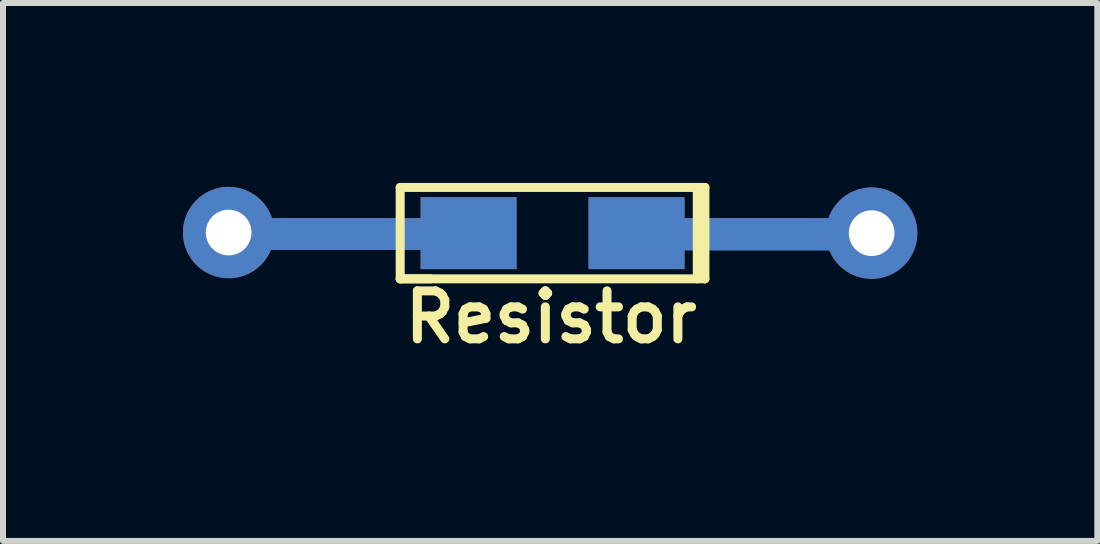
<source format=kicad_pcb>
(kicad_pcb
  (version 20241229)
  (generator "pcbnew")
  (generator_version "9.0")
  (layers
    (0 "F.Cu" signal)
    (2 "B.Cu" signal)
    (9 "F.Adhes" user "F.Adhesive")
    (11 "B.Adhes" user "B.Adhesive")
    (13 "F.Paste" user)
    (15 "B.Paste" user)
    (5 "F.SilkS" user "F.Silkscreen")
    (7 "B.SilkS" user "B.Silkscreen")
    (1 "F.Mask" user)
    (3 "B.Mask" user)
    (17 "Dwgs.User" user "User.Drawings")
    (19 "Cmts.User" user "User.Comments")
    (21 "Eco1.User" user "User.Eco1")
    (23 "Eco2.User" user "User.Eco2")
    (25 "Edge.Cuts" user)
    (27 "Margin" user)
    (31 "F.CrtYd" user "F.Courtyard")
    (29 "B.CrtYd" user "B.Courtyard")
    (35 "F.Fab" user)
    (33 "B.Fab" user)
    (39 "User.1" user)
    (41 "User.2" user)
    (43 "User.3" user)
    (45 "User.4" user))
  (footprint "Resistor"
    (layer "F.Cu")
    (at 6.162 0.837)
    (property "Reference" "Resistor" (at -0.025 1.4 0) (layer "F.SilkS") (effects (font (size 0.8 0.8) (thickness 0.15))))
    (attr smd)
    (fp_line (start -2.54 -0.762) (end -2.54 0.762) (stroke (width 0.15) (type solid)) (layer "F.SilkS"))
    (fp_line (start -2.54 0.762) (end -2.032 0.762) (stroke (width 0.15) (type solid)) (layer "F.SilkS"))
    (fp_line (start -2.54 0.762) (end 2.54 0.762) (stroke (width 0.15) (type solid)) (layer "F.SilkS"))
    (fp_line (start 2.413 0.762) (end 2.413 -0.762) (stroke (width 0.15) (type solid)) (layer "F.SilkS"))
    (fp_line (start 2.54 -0.762) (end -2.54 -0.762) (stroke (width 0.15) (type solid)) (layer "F.SilkS"))
    (fp_line (start 2.54 0.762) (end 2.54 -0.762) (stroke (width 0.15) (type solid)) (layer "F.SilkS"))
    (pad "1" smd rect (at 1.4 0) (size 1.6 1.2) (layers "F.Cu" "F.Mask" "F.Paste"))
    (pad "1" smd rect (at 1.4 0) (size 1.6 1.2) (layers "B.Cu" "B.Mask" "B.Paste"))
    (pad "1" smd rect (at 2.905 0.02) (size 3.71 0.54) (layers "B.Cu"))
    (pad "1" smd rect (at 2.995 0.01) (size 3.89 0.52) (layers "F.Cu"))
    (pad "1" thru_hole circle (at 5.32 0) (size 1.524 1.524) (drill 0.762) (layers "*.Cu" "*.Mask"))
    (pad "2" thru_hole circle (at -5.4 -0.01) (size 1.524 1.524) (drill 0.762) (layers "*.Cu" "*.Mask"))
    (pad "2" smd rect (at -3.025 0.015) (size 3.95 0.53) (layers "F.Cu"))
    (pad "2" smd rect (at -3.025 0.015) (size 3.95 0.53) (layers "B.Cu"))
    (pad "2" smd rect (at -1.4 0) (size 1.6 1.2) (layers "F.Cu" "F.Mask" "F.Paste"))
    (pad "2" smd rect (at -1.4 0) (size 1.6 1.2) (layers "B.Cu" "B.Mask" "B.Paste")))
  (gr_rect
    (start -3 -3)
    (end 15.244 5.968)
    (stroke (width 0.1) (type default))
    (fill no)
    (layer "Edge.Cuts")))
</source>
